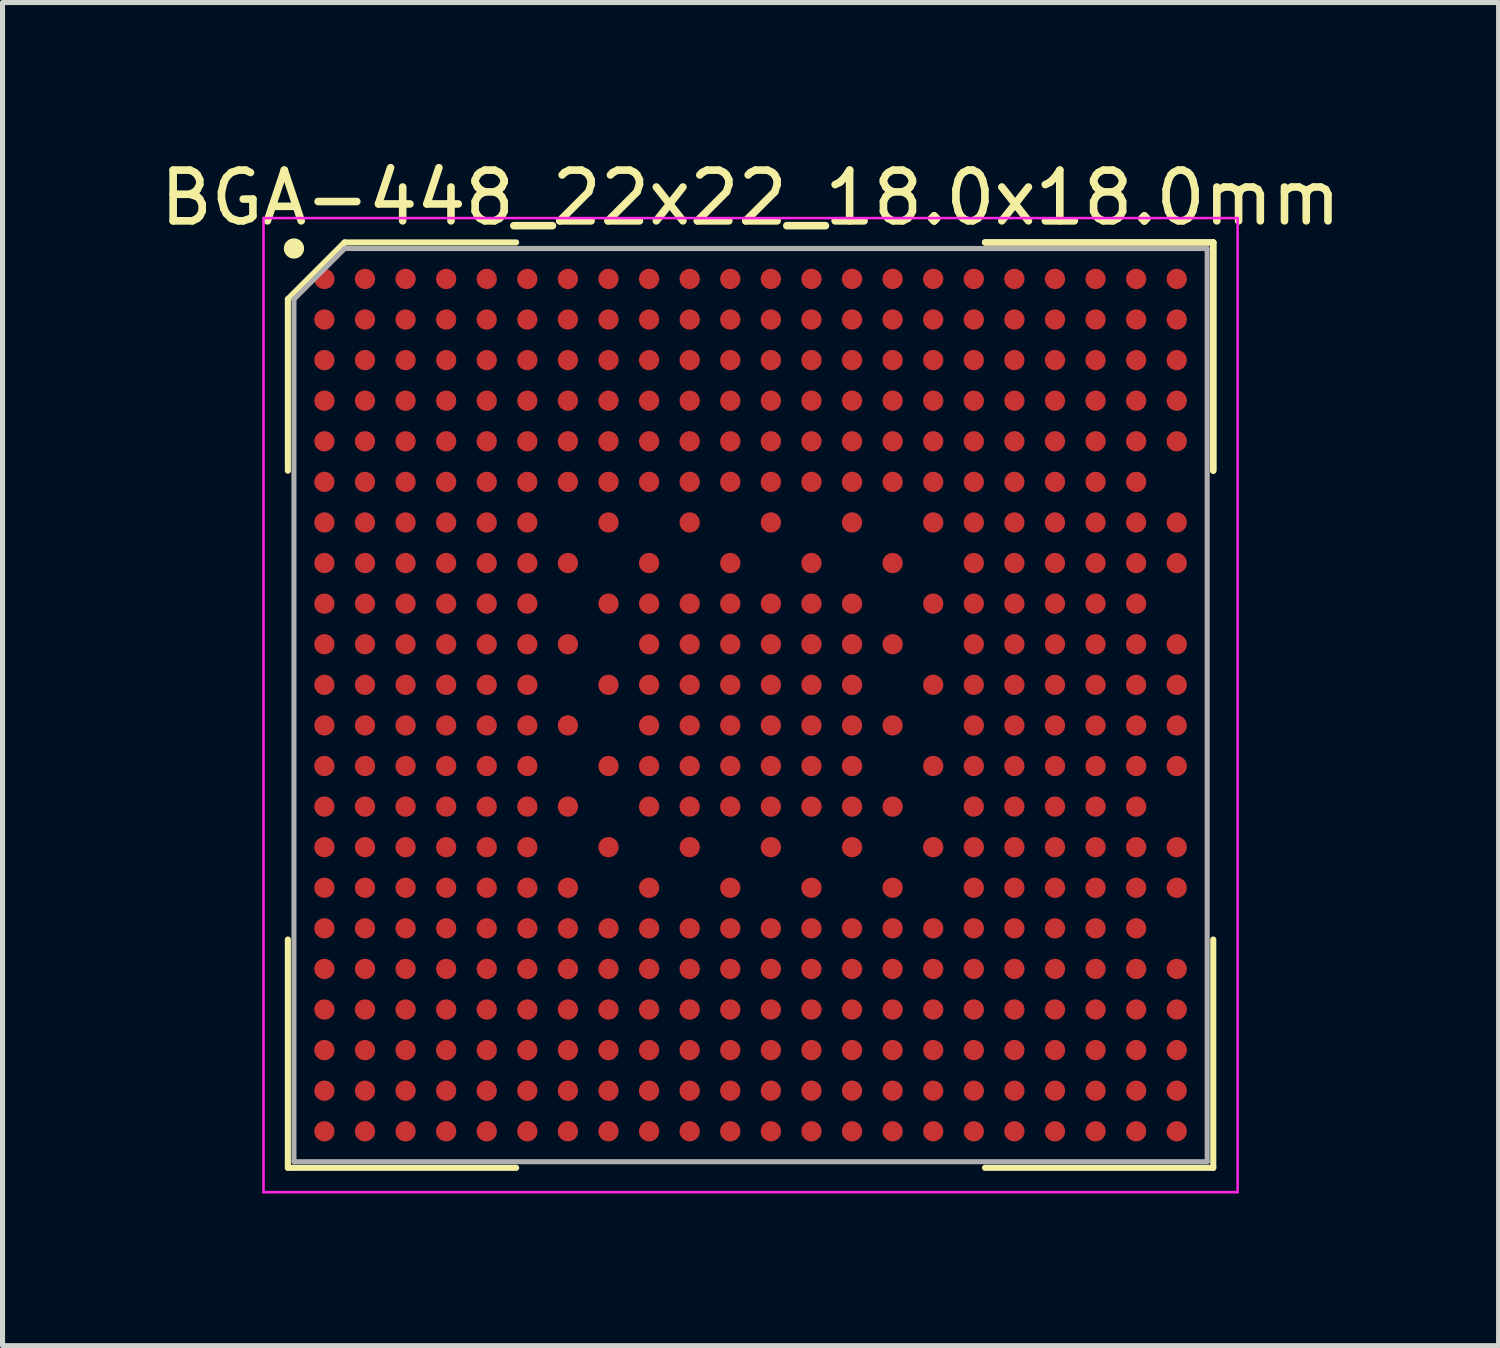
<source format=kicad_pcb>
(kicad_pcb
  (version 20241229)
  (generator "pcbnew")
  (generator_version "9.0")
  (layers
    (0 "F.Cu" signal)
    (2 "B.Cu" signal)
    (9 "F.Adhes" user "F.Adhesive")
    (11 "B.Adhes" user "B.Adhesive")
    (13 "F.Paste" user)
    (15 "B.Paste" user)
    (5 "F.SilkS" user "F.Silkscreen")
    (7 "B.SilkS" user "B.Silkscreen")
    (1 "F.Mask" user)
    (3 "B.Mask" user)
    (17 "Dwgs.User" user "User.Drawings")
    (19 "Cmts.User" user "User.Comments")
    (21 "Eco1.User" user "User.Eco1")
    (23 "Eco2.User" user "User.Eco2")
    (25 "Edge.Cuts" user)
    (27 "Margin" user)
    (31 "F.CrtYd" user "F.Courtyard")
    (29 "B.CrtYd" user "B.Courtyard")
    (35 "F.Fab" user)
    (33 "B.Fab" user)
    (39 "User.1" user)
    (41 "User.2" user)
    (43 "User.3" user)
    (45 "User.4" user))
  (footprint "BGA-448_22x22_18.0x18.0mm"
    (layer "F.Cu")
    (at 11.744 10.848)
    (property "Reference" "BGA-448_22x22_18.0x18.0mm" (at 0 -10 0) (layer "F.SilkS") (effects (font (size 1 1) (thickness 0.15))))
    (attr smd)
    (fp_line (start -9.12 -8) (end -9.12 -4.62) (stroke (width 0.12) (type solid)) (layer "F.SilkS"))
    (fp_line (start -9.12 9.12) (end -9.12 4.62) (stroke (width 0.12) (type solid)) (layer "F.SilkS"))
    (fp_line (start -8 -9.12) (end -9.12 -8) (stroke (width 0.12) (type solid)) (layer "F.SilkS"))
    (fp_line (start -4.62 -9.12) (end -8 -9.12) (stroke (width 0.12) (type solid)) (layer "F.SilkS"))
    (fp_line (start -4.62 9.12) (end -9.12 9.12) (stroke (width 0.12) (type solid)) (layer "F.SilkS"))
    (fp_line (start 4.62 -9.12) (end 9.12 -9.12) (stroke (width 0.12) (type solid)) (layer "F.SilkS"))
    (fp_line (start 4.62 -9.12) (end 9.12 -9.12) (stroke (width 0.12) (type solid)) (layer "F.SilkS"))
    (fp_line (start 4.62 -9.12) (end 9.12 -9.12) (stroke (width 0.12) (type solid)) (layer "F.SilkS"))
    (fp_line (start 4.62 9.12) (end 9.12 9.12) (stroke (width 0.12) (type solid)) (layer "F.SilkS"))
    (fp_line (start 9.12 -9.12) (end 9.12 -4.62) (stroke (width 0.12) (type solid)) (layer "F.SilkS"))
    (fp_line (start 9.12 -9.12) (end 9.12 -4.62) (stroke (width 0.12) (type solid)) (layer "F.SilkS"))
    (fp_line (start 9.12 -9.12) (end 9.12 -4.62) (stroke (width 0.12) (type solid)) (layer "F.SilkS"))
    (fp_line (start 9.12 9.12) (end 9.12 4.62) (stroke (width 0.12) (type solid)) (layer "F.SilkS"))
    (fp_circle (center -9 -9) (end -9 -8.9) (stroke (width 0.2) (type solid)) (fill no) (layer "F.SilkS"))
    (fp_line (start -9.6 -9.6) (end 9.6 -9.6) (stroke (width 0.05) (type solid)) (layer "F.CrtYd"))
    (fp_line (start -9.6 9.6) (end -9.6 -9.6) (stroke (width 0.05) (type solid)) (layer "F.CrtYd"))
    (fp_line (start 9.6 -9.6) (end 9.6 9.6) (stroke (width 0.05) (type solid)) (layer "F.CrtYd"))
    (fp_line (start 9.6 9.6) (end -9.6 9.6) (stroke (width 0.05) (type solid)) (layer "F.CrtYd"))
    (fp_line (start -9 -8) (end -9 9) (stroke (width 0.1) (type solid)) (layer "F.Fab"))
    (fp_line (start -9 9) (end 9 9) (stroke (width 0.1) (type solid)) (layer "F.Fab"))
    (fp_line (start -8 -9) (end -9 -8) (stroke (width 0.1) (type solid)) (layer "F.Fab"))
    (fp_line (start 9 -9) (end -8 -9) (stroke (width 0.1) (type solid)) (layer "F.Fab"))
    (fp_line (start 9 9) (end 9 -9) (stroke (width 0.1) (type solid)) (layer "F.Fab"))
    (pad "A1" smd circle (at -8.4 -8.4) (size 0.4 0.4) (layers "F.Cu" "F.Mask" "F.Paste"))
    (pad "A2" smd circle (at -7.6 -8.4) (size 0.4 0.4) (layers "F.Cu" "F.Mask" "F.Paste"))
    (pad "A3" smd circle (at -6.8 -8.4) (size 0.4 0.4) (layers "F.Cu" "F.Mask" "F.Paste"))
    (pad "A4" smd circle (at -6 -8.4) (size 0.4 0.4) (layers "F.Cu" "F.Mask" "F.Paste"))
    (pad "A5" smd circle (at -5.2 -8.4) (size 0.4 0.4) (layers "F.Cu" "F.Mask" "F.Paste"))
    (pad "A6" smd circle (at -4.4 -8.4) (size 0.4 0.4) (layers "F.Cu" "F.Mask" "F.Paste"))
    (pad "A7" smd circle (at -3.6 -8.4) (size 0.4 0.4) (layers "F.Cu" "F.Mask" "F.Paste"))
    (pad "A8" smd circle (at -2.8 -8.4) (size 0.4 0.4) (layers "F.Cu" "F.Mask" "F.Paste"))
    (pad "A9" smd circle (at -2 -8.4) (size 0.4 0.4) (layers "F.Cu" "F.Mask" "F.Paste"))
    (pad "A10" smd circle (at -1.2 -8.4) (size 0.4 0.4) (layers "F.Cu" "F.Mask" "F.Paste"))
    (pad "A11" smd circle (at -0.4 -8.4) (size 0.4 0.4) (layers "F.Cu" "F.Mask" "F.Paste"))
    (pad "A12" smd circle (at 0.4 -8.4) (size 0.4 0.4) (layers "F.Cu" "F.Mask" "F.Paste"))
    (pad "A13" smd circle (at 1.2 -8.4) (size 0.4 0.4) (layers "F.Cu" "F.Mask" "F.Paste"))
    (pad "A14" smd circle (at 2 -8.4) (size 0.4 0.4) (layers "F.Cu" "F.Mask" "F.Paste"))
    (pad "A15" smd circle (at 2.8 -8.4) (size 0.4 0.4) (layers "F.Cu" "F.Mask" "F.Paste"))
    (pad "A16" smd circle (at 3.6 -8.4) (size 0.4 0.4) (layers "F.Cu" "F.Mask" "F.Paste"))
    (pad "A17" smd circle (at 4.4 -8.4) (size 0.4 0.4) (layers "F.Cu" "F.Mask" "F.Paste"))
    (pad "A18" smd circle (at 5.2 -8.4) (size 0.4 0.4) (layers "F.Cu" "F.Mask" "F.Paste"))
    (pad "A19" smd circle (at 6 -8.4) (size 0.4 0.4) (layers "F.Cu" "F.Mask" "F.Paste"))
    (pad "A20" smd circle (at 6.8 -8.4) (size 0.4 0.4) (layers "F.Cu" "F.Mask" "F.Paste"))
    (pad "A21" smd circle (at 7.6 -8.4) (size 0.4 0.4) (layers "F.Cu" "F.Mask" "F.Paste"))
    (pad "A22" smd circle (at 8.4 -8.4) (size 0.4 0.4) (layers "F.Cu" "F.Mask" "F.Paste"))
    (pad "AA1" smd circle (at -8.4 7.6) (size 0.4 0.4) (layers "F.Cu" "F.Mask" "F.Paste"))
    (pad "AA2" smd circle (at -7.6 7.6) (size 0.4 0.4) (layers "F.Cu" "F.Mask" "F.Paste"))
    (pad "AA3" smd circle (at -6.8 7.6) (size 0.4 0.4) (layers "F.Cu" "F.Mask" "F.Paste"))
    (pad "AA4" smd circle (at -6 7.6) (size 0.4 0.4) (layers "F.Cu" "F.Mask" "F.Paste"))
    (pad "AA5" smd circle (at -5.2 7.6) (size 0.4 0.4) (layers "F.Cu" "F.Mask" "F.Paste"))
    (pad "AA6" smd circle (at -4.4 7.6) (size 0.4 0.4) (layers "F.Cu" "F.Mask" "F.Paste"))
    (pad "AA7" smd circle (at -3.6 7.6) (size 0.4 0.4) (layers "F.Cu" "F.Mask" "F.Paste"))
    (pad "AA8" smd circle (at -2.8 7.6) (size 0.4 0.4) (layers "F.Cu" "F.Mask" "F.Paste"))
    (pad "AA9" smd circle (at -2 7.6) (size 0.4 0.4) (layers "F.Cu" "F.Mask" "F.Paste"))
    (pad "AA10" smd circle (at -1.2 7.6) (size 0.4 0.4) (layers "F.Cu" "F.Mask" "F.Paste"))
    (pad "AA11" smd circle (at -0.4 7.6) (size 0.4 0.4) (layers "F.Cu" "F.Mask" "F.Paste"))
    (pad "AA12" smd circle (at 0.4 7.6) (size 0.4 0.4) (layers "F.Cu" "F.Mask" "F.Paste"))
    (pad "AA13" smd circle (at 1.2 7.6) (size 0.4 0.4) (layers "F.Cu" "F.Mask" "F.Paste"))
    (pad "AA14" smd circle (at 2 7.6) (size 0.4 0.4) (layers "F.Cu" "F.Mask" "F.Paste"))
    (pad "AA15" smd circle (at 2.8 7.6) (size 0.4 0.4) (layers "F.Cu" "F.Mask" "F.Paste"))
    (pad "AA16" smd circle (at 3.6 7.6) (size 0.4 0.4) (layers "F.Cu" "F.Mask" "F.Paste"))
    (pad "AA17" smd circle (at 4.4 7.6) (size 0.4 0.4) (layers "F.Cu" "F.Mask" "F.Paste"))
    (pad "AA18" smd circle (at 5.2 7.6) (size 0.4 0.4) (layers "F.Cu" "F.Mask" "F.Paste"))
    (pad "AA19" smd circle (at 6 7.6) (size 0.4 0.4) (layers "F.Cu" "F.Mask" "F.Paste"))
    (pad "AA20" smd circle (at 6.8 7.6) (size 0.4 0.4) (layers "F.Cu" "F.Mask" "F.Paste"))
    (pad "AA21" smd circle (at 7.6 7.6) (size 0.4 0.4) (layers "F.Cu" "F.Mask" "F.Paste"))
    (pad "AA22" smd circle (at 8.4 7.6) (size 0.4 0.4) (layers "F.Cu" "F.Mask" "F.Paste"))
    (pad "AB1" smd circle (at -8.4 8.4) (size 0.4 0.4) (layers "F.Cu" "F.Mask" "F.Paste"))
    (pad "AB2" smd circle (at -7.6 8.4) (size 0.4 0.4) (layers "F.Cu" "F.Mask" "F.Paste"))
    (pad "AB3" smd circle (at -6.8 8.4) (size 0.4 0.4) (layers "F.Cu" "F.Mask" "F.Paste"))
    (pad "AB4" smd circle (at -6 8.4) (size 0.4 0.4) (layers "F.Cu" "F.Mask" "F.Paste"))
    (pad "AB5" smd circle (at -5.2 8.4) (size 0.4 0.4) (layers "F.Cu" "F.Mask" "F.Paste"))
    (pad "AB6" smd circle (at -4.4 8.4) (size 0.4 0.4) (layers "F.Cu" "F.Mask" "F.Paste"))
    (pad "AB7" smd circle (at -3.6 8.4) (size 0.4 0.4) (layers "F.Cu" "F.Mask" "F.Paste"))
    (pad "AB8" smd circle (at -2.8 8.4) (size 0.4 0.4) (layers "F.Cu" "F.Mask" "F.Paste"))
    (pad "AB9" smd circle (at -2 8.4) (size 0.4 0.4) (layers "F.Cu" "F.Mask" "F.Paste"))
    (pad "AB10" smd circle (at -1.2 8.4) (size 0.4 0.4) (layers "F.Cu" "F.Mask" "F.Paste"))
    (pad "AB11" smd circle (at -0.4 8.4) (size 0.4 0.4) (layers "F.Cu" "F.Mask" "F.Paste"))
    (pad "AB12" smd circle (at 0.4 8.4) (size 0.4 0.4) (layers "F.Cu" "F.Mask" "F.Paste"))
    (pad "AB13" smd circle (at 1.2 8.4) (size 0.4 0.4) (layers "F.Cu" "F.Mask" "F.Paste"))
    (pad "AB14" smd circle (at 2 8.4) (size 0.4 0.4) (layers "F.Cu" "F.Mask" "F.Paste"))
    (pad "AB15" smd circle (at 2.8 8.4) (size 0.4 0.4) (layers "F.Cu" "F.Mask" "F.Paste"))
    (pad "AB16" smd circle (at 3.6 8.4) (size 0.4 0.4) (layers "F.Cu" "F.Mask" "F.Paste"))
    (pad "AB17" smd circle (at 4.4 8.4) (size 0.4 0.4) (layers "F.Cu" "F.Mask" "F.Paste"))
    (pad "AB18" smd circle (at 5.2 8.4) (size 0.4 0.4) (layers "F.Cu" "F.Mask" "F.Paste"))
    (pad "AB19" smd circle (at 6 8.4) (size 0.4 0.4) (layers "F.Cu" "F.Mask" "F.Paste"))
    (pad "AB20" smd circle (at 6.8 8.4) (size 0.4 0.4) (layers "F.Cu" "F.Mask" "F.Paste"))
    (pad "AB21" smd circle (at 7.6 8.4) (size 0.4 0.4) (layers "F.Cu" "F.Mask" "F.Paste"))
    (pad "AB22" smd circle (at 8.4 8.4) (size 0.4 0.4) (layers "F.Cu" "F.Mask" "F.Paste"))
    (pad "B1" smd circle (at -8.4 -7.6) (size 0.4 0.4) (layers "F.Cu" "F.Mask" "F.Paste"))
    (pad "B2" smd circle (at -7.6 -7.6) (size 0.4 0.4) (layers "F.Cu" "F.Mask" "F.Paste"))
    (pad "B3" smd circle (at -6.8 -7.6) (size 0.4 0.4) (layers "F.Cu" "F.Mask" "F.Paste"))
    (pad "B4" smd circle (at -6 -7.6) (size 0.4 0.4) (layers "F.Cu" "F.Mask" "F.Paste"))
    (pad "B5" smd circle (at -5.2 -7.6) (size 0.4 0.4) (layers "F.Cu" "F.Mask" "F.Paste"))
    (pad "B6" smd circle (at -4.4 -7.6) (size 0.4 0.4) (layers "F.Cu" "F.Mask" "F.Paste"))
    (pad "B7" smd circle (at -3.6 -7.6) (size 0.4 0.4) (layers "F.Cu" "F.Mask" "F.Paste"))
    (pad "B8" smd circle (at -2.8 -7.6) (size 0.4 0.4) (layers "F.Cu" "F.Mask" "F.Paste"))
    (pad "B9" smd circle (at -2 -7.6) (size 0.4 0.4) (layers "F.Cu" "F.Mask" "F.Paste"))
    (pad "B10" smd circle (at -1.2 -7.6) (size 0.4 0.4) (layers "F.Cu" "F.Mask" "F.Paste"))
    (pad "B11" smd circle (at -0.4 -7.6) (size 0.4 0.4) (layers "F.Cu" "F.Mask" "F.Paste"))
    (pad "B12" smd circle (at 0.4 -7.6) (size 0.4 0.4) (layers "F.Cu" "F.Mask" "F.Paste"))
    (pad "B13" smd circle (at 1.2 -7.6) (size 0.4 0.4) (layers "F.Cu" "F.Mask" "F.Paste"))
    (pad "B14" smd circle (at 2 -7.6) (size 0.4 0.4) (layers "F.Cu" "F.Mask" "F.Paste"))
    (pad "B15" smd circle (at 2.8 -7.6) (size 0.4 0.4) (layers "F.Cu" "F.Mask" "F.Paste"))
    (pad "B16" smd circle (at 3.6 -7.6) (size 0.4 0.4) (layers "F.Cu" "F.Mask" "F.Paste"))
    (pad "B17" smd circle (at 4.4 -7.6) (size 0.4 0.4) (layers "F.Cu" "F.Mask" "F.Paste"))
    (pad "B18" smd circle (at 5.2 -7.6) (size 0.4 0.4) (layers "F.Cu" "F.Mask" "F.Paste"))
    (pad "B19" smd circle (at 6 -7.6) (size 0.4 0.4) (layers "F.Cu" "F.Mask" "F.Paste"))
    (pad "B20" smd circle (at 6.8 -7.6) (size 0.4 0.4) (layers "F.Cu" "F.Mask" "F.Paste"))
    (pad "B21" smd circle (at 7.6 -7.6) (size 0.4 0.4) (layers "F.Cu" "F.Mask" "F.Paste"))
    (pad "B22" smd circle (at 8.4 -7.6) (size 0.4 0.4) (layers "F.Cu" "F.Mask" "F.Paste"))
    (pad "C1" smd circle (at -8.4 -6.8) (size 0.4 0.4) (layers "F.Cu" "F.Mask" "F.Paste"))
    (pad "C2" smd circle (at -7.6 -6.8) (size 0.4 0.4) (layers "F.Cu" "F.Mask" "F.Paste"))
    (pad "C3" smd circle (at -6.8 -6.8) (size 0.4 0.4) (layers "F.Cu" "F.Mask" "F.Paste"))
    (pad "C4" smd circle (at -6 -6.8) (size 0.4 0.4) (layers "F.Cu" "F.Mask" "F.Paste"))
    (pad "C5" smd circle (at -5.2 -6.8) (size 0.4 0.4) (layers "F.Cu" "F.Mask" "F.Paste"))
    (pad "C6" smd circle (at -4.4 -6.8) (size 0.4 0.4) (layers "F.Cu" "F.Mask" "F.Paste"))
    (pad "C7" smd circle (at -3.6 -6.8) (size 0.4 0.4) (layers "F.Cu" "F.Mask" "F.Paste"))
    (pad "C8" smd circle (at -2.8 -6.8) (size 0.4 0.4) (layers "F.Cu" "F.Mask" "F.Paste"))
    (pad "C9" smd circle (at -2 -6.8) (size 0.4 0.4) (layers "F.Cu" "F.Mask" "F.Paste"))
    (pad "C10" smd circle (at -1.2 -6.8) (size 0.4 0.4) (layers "F.Cu" "F.Mask" "F.Paste"))
    (pad "C11" smd circle (at -0.4 -6.8) (size 0.4 0.4) (layers "F.Cu" "F.Mask" "F.Paste"))
    (pad "C12" smd circle (at 0.4 -6.8) (size 0.4 0.4) (layers "F.Cu" "F.Mask" "F.Paste"))
    (pad "C13" smd circle (at 1.2 -6.8) (size 0.4 0.4) (layers "F.Cu" "F.Mask" "F.Paste"))
    (pad "C14" smd circle (at 2 -6.8) (size 0.4 0.4) (layers "F.Cu" "F.Mask" "F.Paste"))
    (pad "C15" smd circle (at 2.8 -6.8) (size 0.4 0.4) (layers "F.Cu" "F.Mask" "F.Paste"))
    (pad "C16" smd circle (at 3.6 -6.8) (size 0.4 0.4) (layers "F.Cu" "F.Mask" "F.Paste"))
    (pad "C17" smd circle (at 4.4 -6.8) (size 0.4 0.4) (layers "F.Cu" "F.Mask" "F.Paste"))
    (pad "C18" smd circle (at 5.2 -6.8) (size 0.4 0.4) (layers "F.Cu" "F.Mask" "F.Paste"))
    (pad "C19" smd circle (at 6 -6.8) (size 0.4 0.4) (layers "F.Cu" "F.Mask" "F.Paste"))
    (pad "C20" smd circle (at 6.8 -6.8) (size 0.4 0.4) (layers "F.Cu" "F.Mask" "F.Paste"))
    (pad "C21" smd circle (at 7.6 -6.8) (size 0.4 0.4) (layers "F.Cu" "F.Mask" "F.Paste"))
    (pad "C22" smd circle (at 8.4 -6.8) (size 0.4 0.4) (layers "F.Cu" "F.Mask" "F.Paste"))
    (pad "D1" smd circle (at -8.4 -6) (size 0.4 0.4) (layers "F.Cu" "F.Mask" "F.Paste"))
    (pad "D2" smd circle (at -7.6 -6) (size 0.4 0.4) (layers "F.Cu" "F.Mask" "F.Paste"))
    (pad "D3" smd circle (at -6.8 -6) (size 0.4 0.4) (layers "F.Cu" "F.Mask" "F.Paste"))
    (pad "D4" smd circle (at -6 -6) (size 0.4 0.4) (layers "F.Cu" "F.Mask" "F.Paste"))
    (pad "D5" smd circle (at -5.2 -6) (size 0.4 0.4) (layers "F.Cu" "F.Mask" "F.Paste"))
    (pad "D6" smd circle (at -4.4 -6) (size 0.4 0.4) (layers "F.Cu" "F.Mask" "F.Paste"))
    (pad "D7" smd circle (at -3.6 -6) (size 0.4 0.4) (layers "F.Cu" "F.Mask" "F.Paste"))
    (pad "D8" smd circle (at -2.8 -6) (size 0.4 0.4) (layers "F.Cu" "F.Mask" "F.Paste"))
    (pad "D9" smd circle (at -2 -6) (size 0.4 0.4) (layers "F.Cu" "F.Mask" "F.Paste"))
    (pad "D10" smd circle (at -1.2 -6) (size 0.4 0.4) (layers "F.Cu" "F.Mask" "F.Paste"))
    (pad "D11" smd circle (at -0.4 -6) (size 0.4 0.4) (layers "F.Cu" "F.Mask" "F.Paste"))
    (pad "D12" smd circle (at 0.4 -6) (size 0.4 0.4) (layers "F.Cu" "F.Mask" "F.Paste"))
    (pad "D13" smd circle (at 1.2 -6) (size 0.4 0.4) (layers "F.Cu" "F.Mask" "F.Paste"))
    (pad "D14" smd circle (at 2 -6) (size 0.4 0.4) (layers "F.Cu" "F.Mask" "F.Paste"))
    (pad "D15" smd circle (at 2.8 -6) (size 0.4 0.4) (layers "F.Cu" "F.Mask" "F.Paste"))
    (pad "D16" smd circle (at 3.6 -6) (size 0.4 0.4) (layers "F.Cu" "F.Mask" "F.Paste"))
    (pad "D17" smd circle (at 4.4 -6) (size 0.4 0.4) (layers "F.Cu" "F.Mask" "F.Paste"))
    (pad "D18" smd circle (at 5.2 -6) (size 0.4 0.4) (layers "F.Cu" "F.Mask" "F.Paste"))
    (pad "D19" smd circle (at 6 -6) (size 0.4 0.4) (layers "F.Cu" "F.Mask" "F.Paste"))
    (pad "D20" smd circle (at 6.8 -6) (size 0.4 0.4) (layers "F.Cu" "F.Mask" "F.Paste"))
    (pad "D21" smd circle (at 7.6 -6) (size 0.4 0.4) (layers "F.Cu" "F.Mask" "F.Paste"))
    (pad "D22" smd circle (at 8.4 -6) (size 0.4 0.4) (layers "F.Cu" "F.Mask" "F.Paste"))
    (pad "E1" smd circle (at -8.4 -5.2) (size 0.4 0.4) (layers "F.Cu" "F.Mask" "F.Paste"))
    (pad "E2" smd circle (at -7.6 -5.2) (size 0.4 0.4) (layers "F.Cu" "F.Mask" "F.Paste"))
    (pad "E3" smd circle (at -6.8 -5.2) (size 0.4 0.4) (layers "F.Cu" "F.Mask" "F.Paste"))
    (pad "E4" smd circle (at -6 -5.2) (size 0.4 0.4) (layers "F.Cu" "F.Mask" "F.Paste"))
    (pad "E5" smd circle (at -5.2 -5.2) (size 0.4 0.4) (layers "F.Cu" "F.Mask" "F.Paste"))
    (pad "E6" smd circle (at -4.4 -5.2) (size 0.4 0.4) (layers "F.Cu" "F.Mask" "F.Paste"))
    (pad "E7" smd circle (at -3.6 -5.2) (size 0.4 0.4) (layers "F.Cu" "F.Mask" "F.Paste"))
    (pad "E8" smd circle (at -2.8 -5.2) (size 0.4 0.4) (layers "F.Cu" "F.Mask" "F.Paste"))
    (pad "E9" smd circle (at -2 -5.2) (size 0.4 0.4) (layers "F.Cu" "F.Mask" "F.Paste"))
    (pad "E10" smd circle (at -1.2 -5.2) (size 0.4 0.4) (layers "F.Cu" "F.Mask" "F.Paste"))
    (pad "E11" smd circle (at -0.4 -5.2) (size 0.4 0.4) (layers "F.Cu" "F.Mask" "F.Paste"))
    (pad "E12" smd circle (at 0.4 -5.2) (size 0.4 0.4) (layers "F.Cu" "F.Mask" "F.Paste"))
    (pad "E13" smd circle (at 1.2 -5.2) (size 0.4 0.4) (layers "F.Cu" "F.Mask" "F.Paste"))
    (pad "E14" smd circle (at 2 -5.2) (size 0.4 0.4) (layers "F.Cu" "F.Mask" "F.Paste"))
    (pad "E15" smd circle (at 2.8 -5.2) (size 0.4 0.4) (layers "F.Cu" "F.Mask" "F.Paste"))
    (pad "E16" smd circle (at 3.6 -5.2) (size 0.4 0.4) (layers "F.Cu" "F.Mask" "F.Paste"))
    (pad "E17" smd circle (at 4.4 -5.2) (size 0.4 0.4) (layers "F.Cu" "F.Mask" "F.Paste"))
    (pad "E18" smd circle (at 5.2 -5.2) (size 0.4 0.4) (layers "F.Cu" "F.Mask" "F.Paste"))
    (pad "E19" smd circle (at 6 -5.2) (size 0.4 0.4) (layers "F.Cu" "F.Mask" "F.Paste"))
    (pad "E20" smd circle (at 6.8 -5.2) (size 0.4 0.4) (layers "F.Cu" "F.Mask" "F.Paste"))
    (pad "E21" smd circle (at 7.6 -5.2) (size 0.4 0.4) (layers "F.Cu" "F.Mask" "F.Paste"))
    (pad "E22" smd circle (at 8.4 -5.2) (size 0.4 0.4) (layers "F.Cu" "F.Mask" "F.Paste"))
    (pad "F1" smd circle (at -8.4 -4.4) (size 0.4 0.4) (layers "F.Cu" "F.Mask" "F.Paste"))
    (pad "F2" smd circle (at -7.6 -4.4) (size 0.4 0.4) (layers "F.Cu" "F.Mask" "F.Paste"))
    (pad "F3" smd circle (at -6.8 -4.4) (size 0.4 0.4) (layers "F.Cu" "F.Mask" "F.Paste"))
    (pad "F4" smd circle (at -6 -4.4) (size 0.4 0.4) (layers "F.Cu" "F.Mask" "F.Paste"))
    (pad "F5" smd circle (at -5.2 -4.4) (size 0.4 0.4) (layers "F.Cu" "F.Mask" "F.Paste"))
    (pad "F6" smd circle (at -4.4 -4.4) (size 0.4 0.4) (layers "F.Cu" "F.Mask" "F.Paste"))
    (pad "F7" smd circle (at -3.6 -4.4) (size 0.4 0.4) (layers "F.Cu" "F.Mask" "F.Paste"))
    (pad "F8" smd circle (at -2.8 -4.4) (size 0.4 0.4) (layers "F.Cu" "F.Mask" "F.Paste"))
    (pad "F9" smd circle (at -2 -4.4) (size 0.4 0.4) (layers "F.Cu" "F.Mask" "F.Paste"))
    (pad "F10" smd circle (at -1.2 -4.4) (size 0.4 0.4) (layers "F.Cu" "F.Mask" "F.Paste"))
    (pad "F11" smd circle (at -0.4 -4.4) (size 0.4 0.4) (layers "F.Cu" "F.Mask" "F.Paste"))
    (pad "F12" smd circle (at 0.4 -4.4) (size 0.4 0.4) (layers "F.Cu" "F.Mask" "F.Paste"))
    (pad "F13" smd circle (at 1.2 -4.4) (size 0.4 0.4) (layers "F.Cu" "F.Mask" "F.Paste"))
    (pad "F14" smd circle (at 2 -4.4) (size 0.4 0.4) (layers "F.Cu" "F.Mask" "F.Paste"))
    (pad "F15" smd circle (at 2.8 -4.4) (size 0.4 0.4) (layers "F.Cu" "F.Mask" "F.Paste"))
    (pad "F16" smd circle (at 3.6 -4.4) (size 0.4 0.4) (layers "F.Cu" "F.Mask" "F.Paste"))
    (pad "F17" smd circle (at 4.4 -4.4) (size 0.4 0.4) (layers "F.Cu" "F.Mask" "F.Paste"))
    (pad "F18" smd circle (at 5.2 -4.4) (size 0.4 0.4) (layers "F.Cu" "F.Mask" "F.Paste"))
    (pad "F19" smd circle (at 6 -4.4) (size 0.4 0.4) (layers "F.Cu" "F.Mask" "F.Paste"))
    (pad "F20" smd circle (at 6.8 -4.4) (size 0.4 0.4) (layers "F.Cu" "F.Mask" "F.Paste"))
    (pad "F21" smd circle (at 7.6 -4.4) (size 0.4 0.4) (layers "F.Cu" "F.Mask" "F.Paste"))
    (pad "G1" smd circle (at -8.4 -3.6) (size 0.4 0.4) (layers "F.Cu" "F.Mask" "F.Paste"))
    (pad "G2" smd circle (at -7.6 -3.6) (size 0.4 0.4) (layers "F.Cu" "F.Mask" "F.Paste"))
    (pad "G3" smd circle (at -6.8 -3.6) (size 0.4 0.4) (layers "F.Cu" "F.Mask" "F.Paste"))
    (pad "G4" smd circle (at -6 -3.6) (size 0.4 0.4) (layers "F.Cu" "F.Mask" "F.Paste"))
    (pad "G5" smd circle (at -5.2 -3.6) (size 0.4 0.4) (layers "F.Cu" "F.Mask" "F.Paste"))
    (pad "G6" smd circle (at -4.4 -3.6) (size 0.4 0.4) (layers "F.Cu" "F.Mask" "F.Paste"))
    (pad "G8" smd circle (at -2.8 -3.6) (size 0.4 0.4) (layers "F.Cu" "F.Mask" "F.Paste"))
    (pad "G10" smd circle (at -1.2 -3.6) (size 0.4 0.4) (layers "F.Cu" "F.Mask" "F.Paste"))
    (pad "G12" smd circle (at 0.4 -3.6) (size 0.4 0.4) (layers "F.Cu" "F.Mask" "F.Paste"))
    (pad "G14" smd circle (at 2 -3.6) (size 0.4 0.4) (layers "F.Cu" "F.Mask" "F.Paste"))
    (pad "G16" smd circle (at 3.6 -3.6) (size 0.4 0.4) (layers "F.Cu" "F.Mask" "F.Paste"))
    (pad "G17" smd circle (at 4.4 -3.6) (size 0.4 0.4) (layers "F.Cu" "F.Mask" "F.Paste"))
    (pad "G18" smd circle (at 5.2 -3.6) (size 0.4 0.4) (layers "F.Cu" "F.Mask" "F.Paste"))
    (pad "G19" smd circle (at 6 -3.6) (size 0.4 0.4) (layers "F.Cu" "F.Mask" "F.Paste"))
    (pad "G20" smd circle (at 6.8 -3.6) (size 0.4 0.4) (layers "F.Cu" "F.Mask" "F.Paste"))
    (pad "G21" smd circle (at 7.6 -3.6) (size 0.4 0.4) (layers "F.Cu" "F.Mask" "F.Paste"))
    (pad "G22" smd circle (at 8.4 -3.6) (size 0.4 0.4) (layers "F.Cu" "F.Mask" "F.Paste"))
    (pad "H1" smd circle (at -8.4 -2.8) (size 0.4 0.4) (layers "F.Cu" "F.Mask" "F.Paste"))
    (pad "H2" smd circle (at -7.6 -2.8) (size 0.4 0.4) (layers "F.Cu" "F.Mask" "F.Paste"))
    (pad "H3" smd circle (at -6.8 -2.8) (size 0.4 0.4) (layers "F.Cu" "F.Mask" "F.Paste"))
    (pad "H4" smd circle (at -6 -2.8) (size 0.4 0.4) (layers "F.Cu" "F.Mask" "F.Paste"))
    (pad "H5" smd circle (at -5.2 -2.8) (size 0.4 0.4) (layers "F.Cu" "F.Mask" "F.Paste"))
    (pad "H6" smd circle (at -4.4 -2.8) (size 0.4 0.4) (layers "F.Cu" "F.Mask" "F.Paste"))
    (pad "H7" smd circle (at -3.6 -2.8) (size 0.4 0.4) (layers "F.Cu" "F.Mask" "F.Paste"))
    (pad "H9" smd circle (at -2 -2.8) (size 0.4 0.4) (layers "F.Cu" "F.Mask" "F.Paste"))
    (pad "H11" smd circle (at -0.4 -2.8) (size 0.4 0.4) (layers "F.Cu" "F.Mask" "F.Paste"))
    (pad "H13" smd circle (at 1.2 -2.8) (size 0.4 0.4) (layers "F.Cu" "F.Mask" "F.Paste"))
    (pad "H15" smd circle (at 2.8 -2.8) (size 0.4 0.4) (layers "F.Cu" "F.Mask" "F.Paste"))
    (pad "H17" smd circle (at 4.4 -2.8) (size 0.4 0.4) (layers "F.Cu" "F.Mask" "F.Paste"))
    (pad "H18" smd circle (at 5.2 -2.8) (size 0.4 0.4) (layers "F.Cu" "F.Mask" "F.Paste"))
    (pad "H19" smd circle (at 6 -2.8) (size 0.4 0.4) (layers "F.Cu" "F.Mask" "F.Paste"))
    (pad "H20" smd circle (at 6.8 -2.8) (size 0.4 0.4) (layers "F.Cu" "F.Mask" "F.Paste"))
    (pad "H21" smd circle (at 7.6 -2.8) (size 0.4 0.4) (layers "F.Cu" "F.Mask" "F.Paste"))
    (pad "H22" smd circle (at 8.4 -2.8) (size 0.4 0.4) (layers "F.Cu" "F.Mask" "F.Paste"))
    (pad "J1" smd circle (at -8.4 -2) (size 0.4 0.4) (layers "F.Cu" "F.Mask" "F.Paste"))
    (pad "J2" smd circle (at -7.6 -2) (size 0.4 0.4) (layers "F.Cu" "F.Mask" "F.Paste"))
    (pad "J3" smd circle (at -6.8 -2) (size 0.4 0.4) (layers "F.Cu" "F.Mask" "F.Paste"))
    (pad "J4" smd circle (at -6 -2) (size 0.4 0.4) (layers "F.Cu" "F.Mask" "F.Paste"))
    (pad "J5" smd circle (at -5.2 -2) (size 0.4 0.4) (layers "F.Cu" "F.Mask" "F.Paste"))
    (pad "J6" smd circle (at -4.4 -2) (size 0.4 0.4) (layers "F.Cu" "F.Mask" "F.Paste"))
    (pad "J8" smd circle (at -2.8 -2) (size 0.4 0.4) (layers "F.Cu" "F.Mask" "F.Paste"))
    (pad "J9" smd circle (at -2 -2) (size 0.4 0.4) (layers "F.Cu" "F.Mask" "F.Paste"))
    (pad "J10" smd circle (at -1.2 -2) (size 0.4 0.4) (layers "F.Cu" "F.Mask" "F.Paste"))
    (pad "J11" smd circle (at -0.4 -2) (size 0.4 0.4) (layers "F.Cu" "F.Mask" "F.Paste"))
    (pad "J12" smd circle (at 0.4 -2) (size 0.4 0.4) (layers "F.Cu" "F.Mask" "F.Paste"))
    (pad "J13" smd circle (at 1.2 -2) (size 0.4 0.4) (layers "F.Cu" "F.Mask" "F.Paste"))
    (pad "J14" smd circle (at 2 -2) (size 0.4 0.4) (layers "F.Cu" "F.Mask" "F.Paste"))
    (pad "J16" smd circle (at 3.6 -2) (size 0.4 0.4) (layers "F.Cu" "F.Mask" "F.Paste"))
    (pad "J17" smd circle (at 4.4 -2) (size 0.4 0.4) (layers "F.Cu" "F.Mask" "F.Paste"))
    (pad "J18" smd circle (at 5.2 -2) (size 0.4 0.4) (layers "F.Cu" "F.Mask" "F.Paste"))
    (pad "J19" smd circle (at 6 -2) (size 0.4 0.4) (layers "F.Cu" "F.Mask" "F.Paste"))
    (pad "J20" smd circle (at 6.8 -2) (size 0.4 0.4) (layers "F.Cu" "F.Mask" "F.Paste"))
    (pad "J21" smd circle (at 7.6 -2) (size 0.4 0.4) (layers "F.Cu" "F.Mask" "F.Paste"))
    (pad "K1" smd circle (at -8.4 -1.2) (size 0.4 0.4) (layers "F.Cu" "F.Mask" "F.Paste"))
    (pad "K2" smd circle (at -7.6 -1.2) (size 0.4 0.4) (layers "F.Cu" "F.Mask" "F.Paste"))
    (pad "K3" smd circle (at -6.8 -1.2) (size 0.4 0.4) (layers "F.Cu" "F.Mask" "F.Paste"))
    (pad "K4" smd circle (at -6 -1.2) (size 0.4 0.4) (layers "F.Cu" "F.Mask" "F.Paste"))
    (pad "K5" smd circle (at -5.2 -1.2) (size 0.4 0.4) (layers "F.Cu" "F.Mask" "F.Paste"))
    (pad "K6" smd circle (at -4.4 -1.2) (size 0.4 0.4) (layers "F.Cu" "F.Mask" "F.Paste"))
    (pad "K7" smd circle (at -3.6 -1.2) (size 0.4 0.4) (layers "F.Cu" "F.Mask" "F.Paste"))
    (pad "K9" smd circle (at -2 -1.2) (size 0.4 0.4) (layers "F.Cu" "F.Mask" "F.Paste"))
    (pad "K10" smd circle (at -1.2 -1.2) (size 0.4 0.4) (layers "F.Cu" "F.Mask" "F.Paste"))
    (pad "K11" smd circle (at -0.4 -1.2) (size 0.4 0.4) (layers "F.Cu" "F.Mask" "F.Paste"))
    (pad "K12" smd circle (at 0.4 -1.2) (size 0.4 0.4) (layers "F.Cu" "F.Mask" "F.Paste"))
    (pad "K13" smd circle (at 1.2 -1.2) (size 0.4 0.4) (layers "F.Cu" "F.Mask" "F.Paste"))
    (pad "K14" smd circle (at 2 -1.2) (size 0.4 0.4) (layers "F.Cu" "F.Mask" "F.Paste"))
    (pad "K15" smd circle (at 2.8 -1.2) (size 0.4 0.4) (layers "F.Cu" "F.Mask" "F.Paste"))
    (pad "K17" smd circle (at 4.4 -1.2) (size 0.4 0.4) (layers "F.Cu" "F.Mask" "F.Paste"))
    (pad "K18" smd circle (at 5.2 -1.2) (size 0.4 0.4) (layers "F.Cu" "F.Mask" "F.Paste"))
    (pad "K19" smd circle (at 6 -1.2) (size 0.4 0.4) (layers "F.Cu" "F.Mask" "F.Paste"))
    (pad "K20" smd circle (at 6.8 -1.2) (size 0.4 0.4) (layers "F.Cu" "F.Mask" "F.Paste"))
    (pad "K21" smd circle (at 7.6 -1.2) (size 0.4 0.4) (layers "F.Cu" "F.Mask" "F.Paste"))
    (pad "K22" smd circle (at 8.4 -1.2) (size 0.4 0.4) (layers "F.Cu" "F.Mask" "F.Paste"))
    (pad "L1" smd circle (at -8.4 -0.4) (size 0.4 0.4) (layers "F.Cu" "F.Mask" "F.Paste"))
    (pad "L2" smd circle (at -7.6 -0.4) (size 0.4 0.4) (layers "F.Cu" "F.Mask" "F.Paste"))
    (pad "L3" smd circle (at -6.8 -0.4) (size 0.4 0.4) (layers "F.Cu" "F.Mask" "F.Paste"))
    (pad "L4" smd circle (at -6 -0.4) (size 0.4 0.4) (layers "F.Cu" "F.Mask" "F.Paste"))
    (pad "L5" smd circle (at -5.2 -0.4) (size 0.4 0.4) (layers "F.Cu" "F.Mask" "F.Paste"))
    (pad "L6" smd circle (at -4.4 -0.4) (size 0.4 0.4) (layers "F.Cu" "F.Mask" "F.Paste"))
    (pad "L8" smd circle (at -2.8 -0.4) (size 0.4 0.4) (layers "F.Cu" "F.Mask" "F.Paste"))
    (pad "L9" smd circle (at -2 -0.4) (size 0.4 0.4) (layers "F.Cu" "F.Mask" "F.Paste"))
    (pad "L10" smd circle (at -1.2 -0.4) (size 0.4 0.4) (layers "F.Cu" "F.Mask" "F.Paste"))
    (pad "L11" smd circle (at -0.4 -0.4) (size 0.4 0.4) (layers "F.Cu" "F.Mask" "F.Paste"))
    (pad "L12" smd circle (at 0.4 -0.4) (size 0.4 0.4) (layers "F.Cu" "F.Mask" "F.Paste"))
    (pad "L13" smd circle (at 1.2 -0.4) (size 0.4 0.4) (layers "F.Cu" "F.Mask" "F.Paste"))
    (pad "L14" smd circle (at 2 -0.4) (size 0.4 0.4) (layers "F.Cu" "F.Mask" "F.Paste"))
    (pad "L16" smd circle (at 3.6 -0.4) (size 0.4 0.4) (layers "F.Cu" "F.Mask" "F.Paste"))
    (pad "L17" smd circle (at 4.4 -0.4) (size 0.4 0.4) (layers "F.Cu" "F.Mask" "F.Paste"))
    (pad "L18" smd circle (at 5.2 -0.4) (size 0.4 0.4) (layers "F.Cu" "F.Mask" "F.Paste"))
    (pad "L19" smd circle (at 6 -0.4) (size 0.4 0.4) (layers "F.Cu" "F.Mask" "F.Paste"))
    (pad "L20" smd circle (at 6.8 -0.4) (size 0.4 0.4) (layers "F.Cu" "F.Mask" "F.Paste"))
    (pad "L21" smd circle (at 7.6 -0.4) (size 0.4 0.4) (layers "F.Cu" "F.Mask" "F.Paste"))
    (pad "L22" smd circle (at 8.4 -0.4) (size 0.4 0.4) (layers "F.Cu" "F.Mask" "F.Paste"))
    (pad "M1" smd circle (at -8.4 0.4) (size 0.4 0.4) (layers "F.Cu" "F.Mask" "F.Paste"))
    (pad "M2" smd circle (at -7.6 0.4) (size 0.4 0.4) (layers "F.Cu" "F.Mask" "F.Paste"))
    (pad "M3" smd circle (at -6.8 0.4) (size 0.4 0.4) (layers "F.Cu" "F.Mask" "F.Paste"))
    (pad "M4" smd circle (at -6 0.4) (size 0.4 0.4) (layers "F.Cu" "F.Mask" "F.Paste"))
    (pad "M5" smd circle (at -5.2 0.4) (size 0.4 0.4) (layers "F.Cu" "F.Mask" "F.Paste"))
    (pad "M6" smd circle (at -4.4 0.4) (size 0.4 0.4) (layers "F.Cu" "F.Mask" "F.Paste"))
    (pad "M7" smd circle (at -3.6 0.4) (size 0.4 0.4) (layers "F.Cu" "F.Mask" "F.Paste"))
    (pad "M9" smd circle (at -2 0.4) (size 0.4 0.4) (layers "F.Cu" "F.Mask" "F.Paste"))
    (pad "M10" smd circle (at -1.2 0.4) (size 0.4 0.4) (layers "F.Cu" "F.Mask" "F.Paste"))
    (pad "M11" smd circle (at -0.4 0.4) (size 0.4 0.4) (layers "F.Cu" "F.Mask" "F.Paste"))
    (pad "M12" smd circle (at 0.4 0.4) (size 0.4 0.4) (layers "F.Cu" "F.Mask" "F.Paste"))
    (pad "M13" smd circle (at 1.2 0.4) (size 0.4 0.4) (layers "F.Cu" "F.Mask" "F.Paste"))
    (pad "M14" smd circle (at 2 0.4) (size 0.4 0.4) (layers "F.Cu" "F.Mask" "F.Paste"))
    (pad "M15" smd circle (at 2.8 0.4) (size 0.4 0.4) (layers "F.Cu" "F.Mask" "F.Paste"))
    (pad "M17" smd circle (at 4.4 0.4) (size 0.4 0.4) (layers "F.Cu" "F.Mask" "F.Paste"))
    (pad "M18" smd circle (at 5.2 0.4) (size 0.4 0.4) (layers "F.Cu" "F.Mask" "F.Paste"))
    (pad "M19" smd circle (at 6 0.4) (size 0.4 0.4) (layers "F.Cu" "F.Mask" "F.Paste"))
    (pad "M20" smd circle (at 6.8 0.4) (size 0.4 0.4) (layers "F.Cu" "F.Mask" "F.Paste"))
    (pad "M21" smd circle (at 7.6 0.4) (size 0.4 0.4) (layers "F.Cu" "F.Mask" "F.Paste"))
    (pad "M22" smd circle (at 8.4 0.4) (size 0.4 0.4) (layers "F.Cu" "F.Mask" "F.Paste"))
    (pad "N1" smd circle (at -8.4 1.2) (size 0.4 0.4) (layers "F.Cu" "F.Mask" "F.Paste"))
    (pad "N2" smd circle (at -7.6 1.2) (size 0.4 0.4) (layers "F.Cu" "F.Mask" "F.Paste"))
    (pad "N3" smd circle (at -6.8 1.2) (size 0.4 0.4) (layers "F.Cu" "F.Mask" "F.Paste"))
    (pad "N4" smd circle (at -6 1.2) (size 0.4 0.4) (layers "F.Cu" "F.Mask" "F.Paste"))
    (pad "N5" smd circle (at -5.2 1.2) (size 0.4 0.4) (layers "F.Cu" "F.Mask" "F.Paste"))
    (pad "N6" smd circle (at -4.4 1.2) (size 0.4 0.4) (layers "F.Cu" "F.Mask" "F.Paste"))
    (pad "N8" smd circle (at -2.8 1.2) (size 0.4 0.4) (layers "F.Cu" "F.Mask" "F.Paste"))
    (pad "N9" smd circle (at -2 1.2) (size 0.4 0.4) (layers "F.Cu" "F.Mask" "F.Paste"))
    (pad "N10" smd circle (at -1.2 1.2) (size 0.4 0.4) (layers "F.Cu" "F.Mask" "F.Paste"))
    (pad "N11" smd circle (at -0.4 1.2) (size 0.4 0.4) (layers "F.Cu" "F.Mask" "F.Paste"))
    (pad "N12" smd circle (at 0.4 1.2) (size 0.4 0.4) (layers "F.Cu" "F.Mask" "F.Paste"))
    (pad "N13" smd circle (at 1.2 1.2) (size 0.4 0.4) (layers "F.Cu" "F.Mask" "F.Paste"))
    (pad "N14" smd circle (at 2 1.2) (size 0.4 0.4) (layers "F.Cu" "F.Mask" "F.Paste"))
    (pad "N16" smd circle (at 3.6 1.2) (size 0.4 0.4) (layers "F.Cu" "F.Mask" "F.Paste"))
    (pad "N17" smd circle (at 4.4 1.2) (size 0.4 0.4) (layers "F.Cu" "F.Mask" "F.Paste"))
    (pad "N18" smd circle (at 5.2 1.2) (size 0.4 0.4) (layers "F.Cu" "F.Mask" "F.Paste"))
    (pad "N19" smd circle (at 6 1.2) (size 0.4 0.4) (layers "F.Cu" "F.Mask" "F.Paste"))
    (pad "N20" smd circle (at 6.8 1.2) (size 0.4 0.4) (layers "F.Cu" "F.Mask" "F.Paste"))
    (pad "N21" smd circle (at 7.6 1.2) (size 0.4 0.4) (layers "F.Cu" "F.Mask" "F.Paste"))
    (pad "N22" smd circle (at 8.4 1.2) (size 0.4 0.4) (layers "F.Cu" "F.Mask" "F.Paste"))
    (pad "P1" smd circle (at -8.4 2) (size 0.4 0.4) (layers "F.Cu" "F.Mask" "F.Paste"))
    (pad "P2" smd circle (at -7.6 2) (size 0.4 0.4) (layers "F.Cu" "F.Mask" "F.Paste"))
    (pad "P3" smd circle (at -6.8 2) (size 0.4 0.4) (layers "F.Cu" "F.Mask" "F.Paste"))
    (pad "P4" smd circle (at -6 2) (size 0.4 0.4) (layers "F.Cu" "F.Mask" "F.Paste"))
    (pad "P5" smd circle (at -5.2 2) (size 0.4 0.4) (layers "F.Cu" "F.Mask" "F.Paste"))
    (pad "P6" smd circle (at -4.4 2) (size 0.4 0.4) (layers "F.Cu" "F.Mask" "F.Paste"))
    (pad "P7" smd circle (at -3.6 2) (size 0.4 0.4) (layers "F.Cu" "F.Mask" "F.Paste"))
    (pad "P9" smd circle (at -2 2) (size 0.4 0.4) (layers "F.Cu" "F.Mask" "F.Paste"))
    (pad "P10" smd circle (at -1.2 2) (size 0.4 0.4) (layers "F.Cu" "F.Mask" "F.Paste"))
    (pad "P11" smd circle (at -0.4 2) (size 0.4 0.4) (layers "F.Cu" "F.Mask" "F.Paste"))
    (pad "P12" smd circle (at 0.4 2) (size 0.4 0.4) (layers "F.Cu" "F.Mask" "F.Paste"))
    (pad "P13" smd circle (at 1.2 2) (size 0.4 0.4) (layers "F.Cu" "F.Mask" "F.Paste"))
    (pad "P14" smd circle (at 2 2) (size 0.4 0.4) (layers "F.Cu" "F.Mask" "F.Paste"))
    (pad "P15" smd circle (at 2.8 2) (size 0.4 0.4) (layers "F.Cu" "F.Mask" "F.Paste"))
    (pad "P17" smd circle (at 4.4 2) (size 0.4 0.4) (layers "F.Cu" "F.Mask" "F.Paste"))
    (pad "P18" smd circle (at 5.2 2) (size 0.4 0.4) (layers "F.Cu" "F.Mask" "F.Paste"))
    (pad "P19" smd circle (at 6 2) (size 0.4 0.4) (layers "F.Cu" "F.Mask" "F.Paste"))
    (pad "P20" smd circle (at 6.8 2) (size 0.4 0.4) (layers "F.Cu" "F.Mask" "F.Paste"))
    (pad "P21" smd circle (at 7.6 2) (size 0.4 0.4) (layers "F.Cu" "F.Mask" "F.Paste"))
    (pad "R1" smd circle (at -8.4 2.8) (size 0.4 0.4) (layers "F.Cu" "F.Mask" "F.Paste"))
    (pad "R2" smd circle (at -7.6 2.8) (size 0.4 0.4) (layers "F.Cu" "F.Mask" "F.Paste"))
    (pad "R3" smd circle (at -6.8 2.8) (size 0.4 0.4) (layers "F.Cu" "F.Mask" "F.Paste"))
    (pad "R4" smd circle (at -6 2.8) (size 0.4 0.4) (layers "F.Cu" "F.Mask" "F.Paste"))
    (pad "R5" smd circle (at -5.2 2.8) (size 0.4 0.4) (layers "F.Cu" "F.Mask" "F.Paste"))
    (pad "R6" smd circle (at -4.4 2.8) (size 0.4 0.4) (layers "F.Cu" "F.Mask" "F.Paste"))
    (pad "R8" smd circle (at -2.8 2.8) (size 0.4 0.4) (layers "F.Cu" "F.Mask" "F.Paste"))
    (pad "R10" smd circle (at -1.2 2.8) (size 0.4 0.4) (layers "F.Cu" "F.Mask" "F.Paste"))
    (pad "R12" smd circle (at 0.4 2.8) (size 0.4 0.4) (layers "F.Cu" "F.Mask" "F.Paste"))
    (pad "R14" smd circle (at 2 2.8) (size 0.4 0.4) (layers "F.Cu" "F.Mask" "F.Paste"))
    (pad "R16" smd circle (at 3.6 2.8) (size 0.4 0.4) (layers "F.Cu" "F.Mask" "F.Paste"))
    (pad "R17" smd circle (at 4.4 2.8) (size 0.4 0.4) (layers "F.Cu" "F.Mask" "F.Paste"))
    (pad "R18" smd circle (at 5.2 2.8) (size 0.4 0.4) (layers "F.Cu" "F.Mask" "F.Paste"))
    (pad "R19" smd circle (at 6 2.8) (size 0.4 0.4) (layers "F.Cu" "F.Mask" "F.Paste"))
    (pad "R20" smd circle (at 6.8 2.8) (size 0.4 0.4) (layers "F.Cu" "F.Mask" "F.Paste"))
    (pad "R21" smd circle (at 7.6 2.8) (size 0.4 0.4) (layers "F.Cu" "F.Mask" "F.Paste"))
    (pad "R22" smd circle (at 8.4 2.8) (size 0.4 0.4) (layers "F.Cu" "F.Mask" "F.Paste"))
    (pad "T1" smd circle (at -8.4 3.6) (size 0.4 0.4) (layers "F.Cu" "F.Mask" "F.Paste"))
    (pad "T2" smd circle (at -7.6 3.6) (size 0.4 0.4) (layers "F.Cu" "F.Mask" "F.Paste"))
    (pad "T3" smd circle (at -6.8 3.6) (size 0.4 0.4) (layers "F.Cu" "F.Mask" "F.Paste"))
    (pad "T4" smd circle (at -6 3.6) (size 0.4 0.4) (layers "F.Cu" "F.Mask" "F.Paste"))
    (pad "T5" smd circle (at -5.2 3.6) (size 0.4 0.4) (layers "F.Cu" "F.Mask" "F.Paste"))
    (pad "T6" smd circle (at -4.4 3.6) (size 0.4 0.4) (layers "F.Cu" "F.Mask" "F.Paste"))
    (pad "T7" smd circle (at -3.6 3.6) (size 0.4 0.4) (layers "F.Cu" "F.Mask" "F.Paste"))
    (pad "T9" smd circle (at -2 3.6) (size 0.4 0.4) (layers "F.Cu" "F.Mask" "F.Paste"))
    (pad "T11" smd circle (at -0.4 3.6) (size 0.4 0.4) (layers "F.Cu" "F.Mask" "F.Paste"))
    (pad "T13" smd circle (at 1.2 3.6) (size 0.4 0.4) (layers "F.Cu" "F.Mask" "F.Paste"))
    (pad "T15" smd circle (at 2.8 3.6) (size 0.4 0.4) (layers "F.Cu" "F.Mask" "F.Paste"))
    (pad "T17" smd circle (at 4.4 3.6) (size 0.4 0.4) (layers "F.Cu" "F.Mask" "F.Paste"))
    (pad "T18" smd circle (at 5.2 3.6) (size 0.4 0.4) (layers "F.Cu" "F.Mask" "F.Paste"))
    (pad "T19" smd circle (at 6 3.6) (size 0.4 0.4) (layers "F.Cu" "F.Mask" "F.Paste"))
    (pad "T20" smd circle (at 6.8 3.6) (size 0.4 0.4) (layers "F.Cu" "F.Mask" "F.Paste"))
    (pad "T21" smd circle (at 7.6 3.6) (size 0.4 0.4) (layers "F.Cu" "F.Mask" "F.Paste"))
    (pad "T22" smd circle (at 8.4 3.6) (size 0.4 0.4) (layers "F.Cu" "F.Mask" "F.Paste"))
    (pad "U1" smd circle (at -8.4 4.4) (size 0.4 0.4) (layers "F.Cu" "F.Mask" "F.Paste"))
    (pad "U2" smd circle (at -7.6 4.4) (size 0.4 0.4) (layers "F.Cu" "F.Mask" "F.Paste"))
    (pad "U3" smd circle (at -6.8 4.4) (size 0.4 0.4) (layers "F.Cu" "F.Mask" "F.Paste"))
    (pad "U4" smd circle (at -6 4.4) (size 0.4 0.4) (layers "F.Cu" "F.Mask" "F.Paste"))
    (pad "U5" smd circle (at -5.2 4.4) (size 0.4 0.4) (layers "F.Cu" "F.Mask" "F.Paste"))
    (pad "U6" smd circle (at -4.4 4.4) (size 0.4 0.4) (layers "F.Cu" "F.Mask" "F.Paste"))
    (pad "U7" smd circle (at -3.6 4.4) (size 0.4 0.4) (layers "F.Cu" "F.Mask" "F.Paste"))
    (pad "U8" smd circle (at -2.8 4.4) (size 0.4 0.4) (layers "F.Cu" "F.Mask" "F.Paste"))
    (pad "U9" smd circle (at -2 4.4) (size 0.4 0.4) (layers "F.Cu" "F.Mask" "F.Paste"))
    (pad "U10" smd circle (at -1.2 4.4) (size 0.4 0.4) (layers "F.Cu" "F.Mask" "F.Paste"))
    (pad "U11" smd circle (at -0.4 4.4) (size 0.4 0.4) (layers "F.Cu" "F.Mask" "F.Paste"))
    (pad "U12" smd circle (at 0.4 4.4) (size 0.4 0.4) (layers "F.Cu" "F.Mask" "F.Paste"))
    (pad "U13" smd circle (at 1.2 4.4) (size 0.4 0.4) (layers "F.Cu" "F.Mask" "F.Paste"))
    (pad "U14" smd circle (at 2 4.4) (size 0.4 0.4) (layers "F.Cu" "F.Mask" "F.Paste"))
    (pad "U15" smd circle (at 2.8 4.4) (size 0.4 0.4) (layers "F.Cu" "F.Mask" "F.Paste"))
    (pad "U16" smd circle (at 3.6 4.4) (size 0.4 0.4) (layers "F.Cu" "F.Mask" "F.Paste"))
    (pad "U17" smd circle (at 4.4 4.4) (size 0.4 0.4) (layers "F.Cu" "F.Mask" "F.Paste"))
    (pad "U18" smd circle (at 5.2 4.4) (size 0.4 0.4) (layers "F.Cu" "F.Mask" "F.Paste"))
    (pad "U19" smd circle (at 6 4.4) (size 0.4 0.4) (layers "F.Cu" "F.Mask" "F.Paste"))
    (pad "U20" smd circle (at 6.8 4.4) (size 0.4 0.4) (layers "F.Cu" "F.Mask" "F.Paste"))
    (pad "U21" smd circle (at 7.6 4.4) (size 0.4 0.4) (layers "F.Cu" "F.Mask" "F.Paste"))
    (pad "V1" smd circle (at -8.4 5.2) (size 0.4 0.4) (layers "F.Cu" "F.Mask" "F.Paste"))
    (pad "V2" smd circle (at -7.6 5.2) (size 0.4 0.4) (layers "F.Cu" "F.Mask" "F.Paste"))
    (pad "V3" smd circle (at -6.8 5.2) (size 0.4 0.4) (layers "F.Cu" "F.Mask" "F.Paste"))
    (pad "V4" smd circle (at -6 5.2) (size 0.4 0.4) (layers "F.Cu" "F.Mask" "F.Paste"))
    (pad "V5" smd circle (at -5.2 5.2) (size 0.4 0.4) (layers "F.Cu" "F.Mask" "F.Paste"))
    (pad "V6" smd circle (at -4.4 5.2) (size 0.4 0.4) (layers "F.Cu" "F.Mask" "F.Paste"))
    (pad "V7" smd circle (at -3.6 5.2) (size 0.4 0.4) (layers "F.Cu" "F.Mask" "F.Paste"))
    (pad "V8" smd circle (at -2.8 5.2) (size 0.4 0.4) (layers "F.Cu" "F.Mask" "F.Paste"))
    (pad "V9" smd circle (at -2 5.2) (size 0.4 0.4) (layers "F.Cu" "F.Mask" "F.Paste"))
    (pad "V10" smd circle (at -1.2 5.2) (size 0.4 0.4) (layers "F.Cu" "F.Mask" "F.Paste"))
    (pad "V11" smd circle (at -0.4 5.2) (size 0.4 0.4) (layers "F.Cu" "F.Mask" "F.Paste"))
    (pad "V12" smd circle (at 0.4 5.2) (size 0.4 0.4) (layers "F.Cu" "F.Mask" "F.Paste"))
    (pad "V13" smd circle (at 1.2 5.2) (size 0.4 0.4) (layers "F.Cu" "F.Mask" "F.Paste"))
    (pad "V14" smd circle (at 2 5.2) (size 0.4 0.4) (layers "F.Cu" "F.Mask" "F.Paste"))
    (pad "V15" smd circle (at 2.8 5.2) (size 0.4 0.4) (layers "F.Cu" "F.Mask" "F.Paste"))
    (pad "V16" smd circle (at 3.6 5.2) (size 0.4 0.4) (layers "F.Cu" "F.Mask" "F.Paste"))
    (pad "V17" smd circle (at 4.4 5.2) (size 0.4 0.4) (layers "F.Cu" "F.Mask" "F.Paste"))
    (pad "V18" smd circle (at 5.2 5.2) (size 0.4 0.4) (layers "F.Cu" "F.Mask" "F.Paste"))
    (pad "V19" smd circle (at 6 5.2) (size 0.4 0.4) (layers "F.Cu" "F.Mask" "F.Paste"))
    (pad "V20" smd circle (at 6.8 5.2) (size 0.4 0.4) (layers "F.Cu" "F.Mask" "F.Paste"))
    (pad "V21" smd circle (at 7.6 5.2) (size 0.4 0.4) (layers "F.Cu" "F.Mask" "F.Paste"))
    (pad "V22" smd circle (at 8.4 5.2) (size 0.4 0.4) (layers "F.Cu" "F.Mask" "F.Paste"))
    (pad "W1" smd circle (at -8.4 6) (size 0.4 0.4) (layers "F.Cu" "F.Mask" "F.Paste"))
    (pad "W2" smd circle (at -7.6 6) (size 0.4 0.4) (layers "F.Cu" "F.Mask" "F.Paste"))
    (pad "W3" smd circle (at -6.8 6) (size 0.4 0.4) (layers "F.Cu" "F.Mask" "F.Paste"))
    (pad "W4" smd circle (at -6 6) (size 0.4 0.4) (layers "F.Cu" "F.Mask" "F.Paste"))
    (pad "W5" smd circle (at -5.2 6) (size 0.4 0.4) (layers "F.Cu" "F.Mask" "F.Paste"))
    (pad "W6" smd circle (at -4.4 6) (size 0.4 0.4) (layers "F.Cu" "F.Mask" "F.Paste"))
    (pad "W7" smd circle (at -3.6 6) (size 0.4 0.4) (layers "F.Cu" "F.Mask" "F.Paste"))
    (pad "W8" smd circle (at -2.8 6) (size 0.4 0.4) (layers "F.Cu" "F.Mask" "F.Paste"))
    (pad "W9" smd circle (at -2 6) (size 0.4 0.4) (layers "F.Cu" "F.Mask" "F.Paste"))
    (pad "W10" smd circle (at -1.2 6) (size 0.4 0.4) (layers "F.Cu" "F.Mask" "F.Paste"))
    (pad "W11" smd circle (at -0.4 6) (size 0.4 0.4) (layers "F.Cu" "F.Mask" "F.Paste"))
    (pad "W12" smd circle (at 0.4 6) (size 0.4 0.4) (layers "F.Cu" "F.Mask" "F.Paste"))
    (pad "W13" smd circle (at 1.2 6) (size 0.4 0.4) (layers "F.Cu" "F.Mask" "F.Paste"))
    (pad "W14" smd circle (at 2 6) (size 0.4 0.4) (layers "F.Cu" "F.Mask" "F.Paste"))
    (pad "W15" smd circle (at 2.8 6) (size 0.4 0.4) (layers "F.Cu" "F.Mask" "F.Paste"))
    (pad "W16" smd circle (at 3.6 6) (size 0.4 0.4) (layers "F.Cu" "F.Mask" "F.Paste"))
    (pad "W17" smd circle (at 4.4 6) (size 0.4 0.4) (layers "F.Cu" "F.Mask" "F.Paste"))
    (pad "W18" smd circle (at 5.2 6) (size 0.4 0.4) (layers "F.Cu" "F.Mask" "F.Paste"))
    (pad "W19" smd circle (at 6 6) (size 0.4 0.4) (layers "F.Cu" "F.Mask" "F.Paste"))
    (pad "W20" smd circle (at 6.8 6) (size 0.4 0.4) (layers "F.Cu" "F.Mask" "F.Paste"))
    (pad "W21" smd circle (at 7.6 6) (size 0.4 0.4) (layers "F.Cu" "F.Mask" "F.Paste"))
    (pad "W22" smd circle (at 8.4 6) (size 0.4 0.4) (layers "F.Cu" "F.Mask" "F.Paste"))
    (pad "Y1" smd circle (at -8.4 6.8) (size 0.4 0.4) (layers "F.Cu" "F.Mask" "F.Paste"))
    (pad "Y2" smd circle (at -7.6 6.8) (size 0.4 0.4) (layers "F.Cu" "F.Mask" "F.Paste"))
    (pad "Y3" smd circle (at -6.8 6.8) (size 0.4 0.4) (layers "F.Cu" "F.Mask" "F.Paste"))
    (pad "Y4" smd circle (at -6 6.8) (size 0.4 0.4) (layers "F.Cu" "F.Mask" "F.Paste"))
    (pad "Y5" smd circle (at -5.2 6.8) (size 0.4 0.4) (layers "F.Cu" "F.Mask" "F.Paste"))
    (pad "Y6" smd circle (at -4.4 6.8) (size 0.4 0.4) (layers "F.Cu" "F.Mask" "F.Paste"))
    (pad "Y7" smd circle (at -3.6 6.8) (size 0.4 0.4) (layers "F.Cu" "F.Mask" "F.Paste"))
    (pad "Y8" smd circle (at -2.8 6.8) (size 0.4 0.4) (layers "F.Cu" "F.Mask" "F.Paste"))
    (pad "Y9" smd circle (at -2 6.8) (size 0.4 0.4) (layers "F.Cu" "F.Mask" "F.Paste"))
    (pad "Y10" smd circle (at -1.2 6.8) (size 0.4 0.4) (layers "F.Cu" "F.Mask" "F.Paste"))
    (pad "Y11" smd circle (at -0.4 6.8) (size 0.4 0.4) (layers "F.Cu" "F.Mask" "F.Paste"))
    (pad "Y12" smd circle (at 0.4 6.8) (size 0.4 0.4) (layers "F.Cu" "F.Mask" "F.Paste"))
    (pad "Y13" smd circle (at 1.2 6.8) (size 0.4 0.4) (layers "F.Cu" "F.Mask" "F.Paste"))
    (pad "Y14" smd circle (at 2 6.8) (size 0.4 0.4) (layers "F.Cu" "F.Mask" "F.Paste"))
    (pad "Y15" smd circle (at 2.8 6.8) (size 0.4 0.4) (layers "F.Cu" "F.Mask" "F.Paste"))
    (pad "Y16" smd circle (at 3.6 6.8) (size 0.4 0.4) (layers "F.Cu" "F.Mask" "F.Paste"))
    (pad "Y17" smd circle (at 4.4 6.8) (size 0.4 0.4) (layers "F.Cu" "F.Mask" "F.Paste"))
    (pad "Y18" smd circle (at 5.2 6.8) (size 0.4 0.4) (layers "F.Cu" "F.Mask" "F.Paste"))
    (pad "Y19" smd circle (at 6 6.8) (size 0.4 0.4) (layers "F.Cu" "F.Mask" "F.Paste"))
    (pad "Y20" smd circle (at 6.8 6.8) (size 0.4 0.4) (layers "F.Cu" "F.Mask" "F.Paste"))
    (pad "Y21" smd circle (at 7.6 6.8) (size 0.4 0.4) (layers "F.Cu" "F.Mask" "F.Paste"))
    (pad "Y22" smd circle (at 8.4 6.8) (size 0.4 0.4) (layers "F.Cu" "F.Mask" "F.Paste")))
  (gr_rect
    (start -3 -3)
    (end 26.488 23.473)
    (stroke (width 0.1) (type default))
    (fill no)
    (layer "Edge.Cuts")))
</source>
